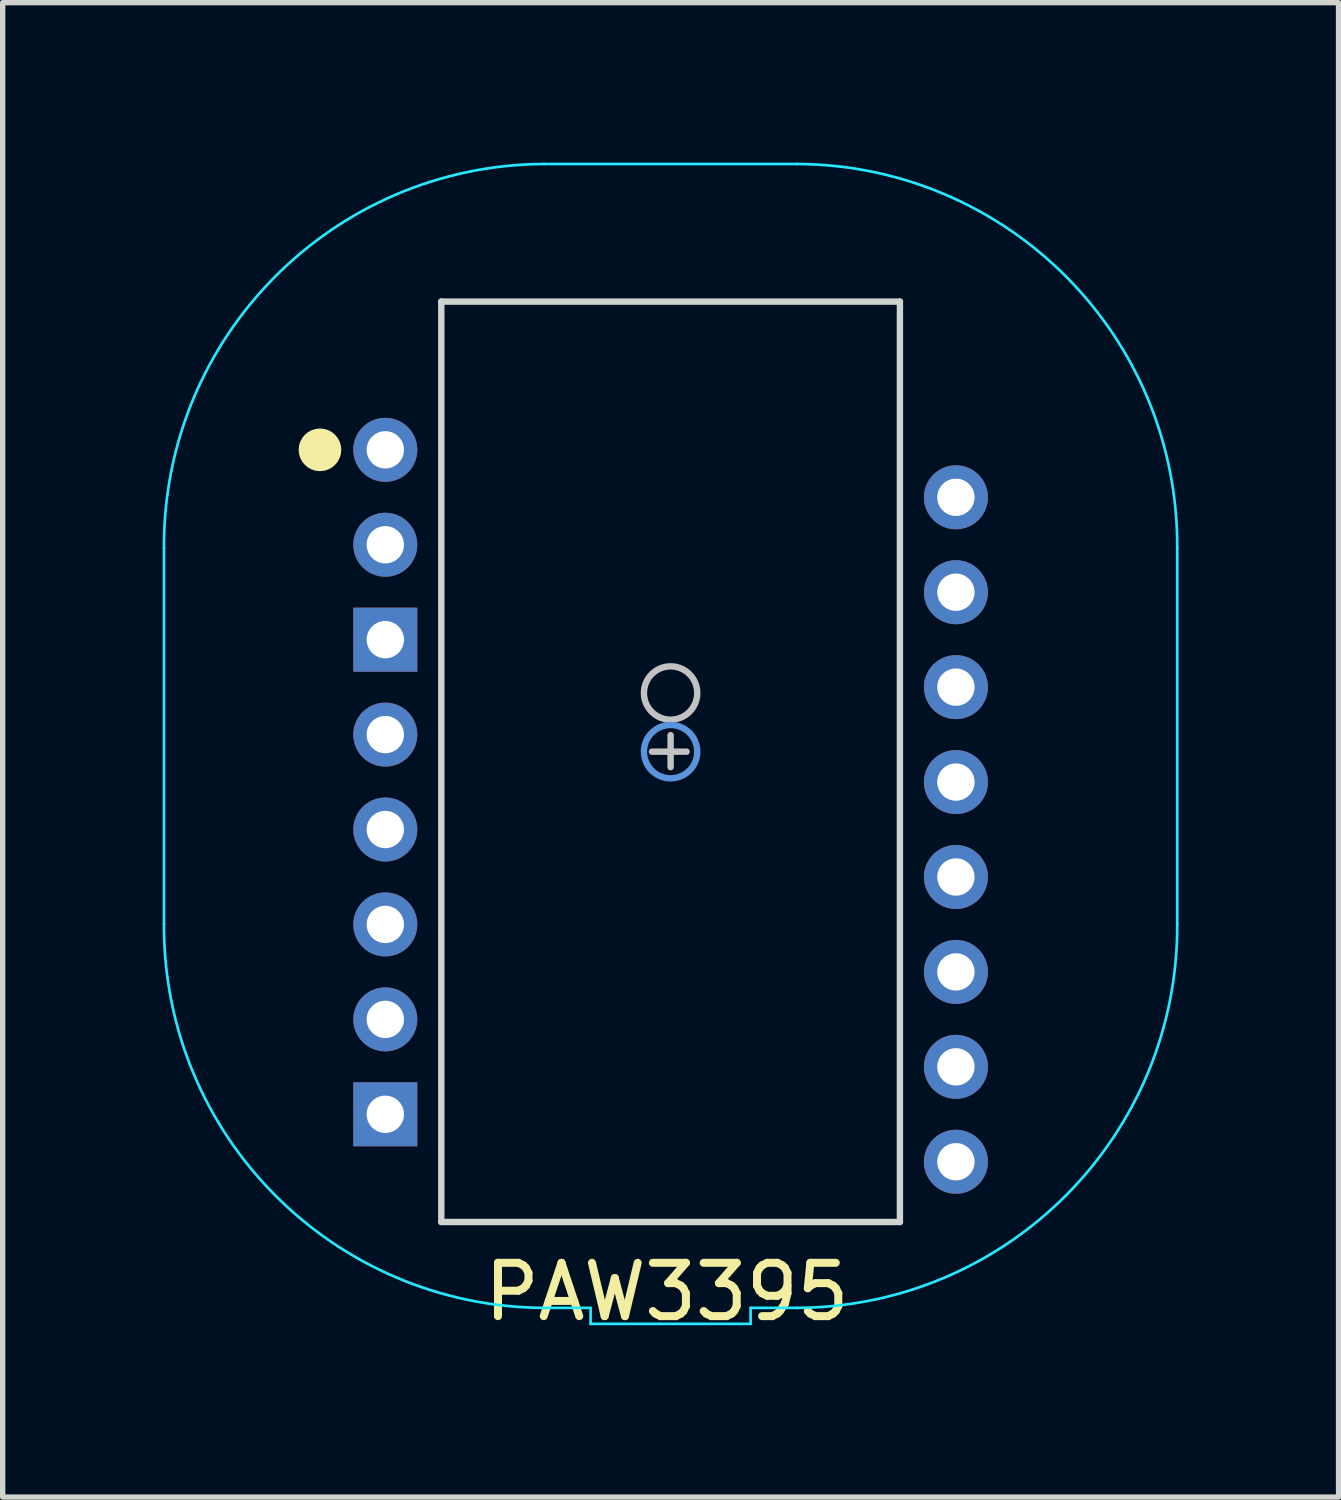
<source format=kicad_pcb>
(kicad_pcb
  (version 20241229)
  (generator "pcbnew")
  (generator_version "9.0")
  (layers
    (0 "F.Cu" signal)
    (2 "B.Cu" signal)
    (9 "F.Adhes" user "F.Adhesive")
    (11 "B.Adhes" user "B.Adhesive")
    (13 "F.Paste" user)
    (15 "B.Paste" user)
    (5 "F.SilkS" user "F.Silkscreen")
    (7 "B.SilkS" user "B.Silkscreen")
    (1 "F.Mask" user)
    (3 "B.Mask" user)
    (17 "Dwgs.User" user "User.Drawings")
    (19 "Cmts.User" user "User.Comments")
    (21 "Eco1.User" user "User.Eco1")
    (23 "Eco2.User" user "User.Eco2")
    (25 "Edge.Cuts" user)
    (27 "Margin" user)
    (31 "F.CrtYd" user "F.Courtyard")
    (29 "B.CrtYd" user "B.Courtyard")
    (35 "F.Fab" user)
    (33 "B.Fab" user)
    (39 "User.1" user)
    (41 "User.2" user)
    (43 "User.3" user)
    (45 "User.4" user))
  (footprint "PAW3395"
    (layer "F.Cu")
    (at 4.175 5.385)
    (property "Reference" "PAW3395" (at 5.28 15.79 0) (layer "F.SilkS") (effects (font (size 1 1) (thickness 0.15))))
    (attr through_hole)
    (fp_circle (center -1.225 0) (end -1.025 0) (stroke (width 0.4) (type solid)) (fill no) (layer "F.SilkS"))
    (fp_line (start 5 5.66) (end 5.65 5.66) (stroke (width 0.12) (type solid)) (layer "Dwgs.User"))
    (fp_line (start 5.35 5.35) (end 5.35 5.95) (stroke (width 0.12) (type solid)) (layer "Dwgs.User"))
    (fp_circle (center 5.35 4.56) (end 5.85 4.56) (stroke (width 0.12) (type solid)) (fill no) (layer "Dwgs.User"))
    (fp_circle (center 5.35 5.66) (end 5.85 5.66) (stroke (width 0.12) (type solid)) (fill no) (layer "Cmts.User"))
    (fp_line (start 1.05 -2.78) (end 1.05 14.48) (stroke (width 0.12) (type solid)) (layer "Edge.Cuts"))
    (fp_line (start 1.05 -2.78) (end 9.65 -2.78) (stroke (width 0.12) (type solid)) (layer "Edge.Cuts"))
    (fp_line (start 1.05 14.48) (end 9.65 14.48) (stroke (width 0.12) (type solid)) (layer "Edge.Cuts"))
    (fp_line (start 9.65 -2.78) (end 9.65 14.48) (stroke (width 0.12) (type solid)) (layer "Edge.Cuts"))
    (fp_line (start -4.15 1.84) (end -4.15 8.89) (stroke (width 0.05) (type solid)) (layer "B.CrtYd"))
    (fp_line (start 2.975 -5.36) (end 7.725 -5.36) (stroke (width 0.05) (type solid)) (layer "B.CrtYd"))
    (fp_line (start 2.975 16.09) (end 3.85 16.09) (stroke (width 0.05) (type solid)) (layer "B.CrtYd"))
    (fp_line (start 3.85 16.09) (end 3.85 16.39) (stroke (width 0.05) (type solid)) (layer "B.CrtYd"))
    (fp_line (start 3.85 16.39) (end 6.85 16.39) (stroke (width 0.05) (type solid)) (layer "B.CrtYd"))
    (fp_line (start 6.85 16.09) (end 6.85 16.39) (stroke (width 0.05) (type solid)) (layer "B.CrtYd"))
    (fp_line (start 6.85 16.09) (end 7.725 16.09) (stroke (width 0.05) (type solid)) (layer "B.CrtYd"))
    (fp_line (start 14.85 1.84) (end 14.85 8.89) (stroke (width 0.05) (type solid)) (layer "B.CrtYd"))
    (fp_arc (start -4.15 1.84) (mid -2.078669 -3.235636) (end 2.975 -5.36) (stroke (width 0.05) (type solid)) (layer "B.CrtYd"))
    (fp_arc (start 2.975 16.09) (mid -2.078669 13.965636) (end -4.15 8.89) (stroke (width 0.05) (type solid)) (layer "B.CrtYd"))
    (fp_arc (start 7.725 -5.36) (mid 12.778669 -3.235636) (end 14.85 1.84) (stroke (width 0.05) (type solid)) (layer "B.CrtYd"))
    (fp_arc (start 14.85 8.89) (mid 12.778669 13.965636) (end 7.725 16.09) (stroke (width 0.05) (type solid)) (layer "B.CrtYd"))
    (pad "1" thru_hole circle (at 0 0) (size 1.2 1.2) (drill 0.7) (layers "*.Cu" "*.Mask"))
    (pad "2" thru_hole circle (at 0 1.78) (size 1.2 1.2) (drill 0.7) (layers "*.Cu" "*.Mask"))
    (pad "3" thru_hole rect (at 0 3.56) (size 1.2 1.2) (drill 0.7) (layers "*.Cu" "*.Mask"))
    (pad "4" thru_hole circle (at 0 5.34) (size 1.2 1.2) (drill 0.7) (layers "*.Cu" "*.Mask"))
    (pad "5" thru_hole circle (at 0 7.12) (size 1.2 1.2) (drill 0.7) (layers "*.Cu" "*.Mask"))
    (pad "6" thru_hole circle (at 0 8.9) (size 1.2 1.2) (drill 0.7) (layers "*.Cu" "*.Mask"))
    (pad "7" thru_hole circle (at 0 10.68) (size 1.2 1.2) (drill 0.7) (layers "*.Cu" "*.Mask"))
    (pad "8" thru_hole rect (at 0 12.46) (size 1.2 1.2) (drill 0.7) (layers "*.Cu" "*.Mask"))
    (pad "9" thru_hole circle (at 10.7 13.35) (size 1.2 1.2) (drill 0.7) (layers "*.Cu" "*.Mask"))
    (pad "10" thru_hole circle (at 10.7 11.57) (size 1.2 1.2) (drill 0.7) (layers "*.Cu" "*.Mask"))
    (pad "11" thru_hole circle (at 10.7 9.79) (size 1.2 1.2) (drill 0.7) (layers "*.Cu" "*.Mask"))
    (pad "12" thru_hole circle (at 10.7 8.01) (size 1.2 1.2) (drill 0.7) (layers "*.Cu" "*.Mask"))
    (pad "13" thru_hole circle (at 10.7 6.23) (size 1.2 1.2) (drill 0.7) (layers "*.Cu" "*.Mask"))
    (pad "14" thru_hole circle (at 10.7 4.45) (size 1.2 1.2) (drill 0.7) (layers "*.Cu" "*.Mask"))
    (pad "15" thru_hole circle (at 10.7 2.67) (size 1.2 1.2) (drill 0.7) (layers "*.Cu" "*.Mask"))
    (pad "16" thru_hole circle (at 10.7 0.89) (size 1.2 1.2) (drill 0.7) (layers "*.Cu" "*.Mask")))
  (gr_rect
    (start -3 -3)
    (end 22.05 25.023)
    (stroke (width 0.1) (type default))
    (fill no)
    (layer "Edge.Cuts")))
</source>
